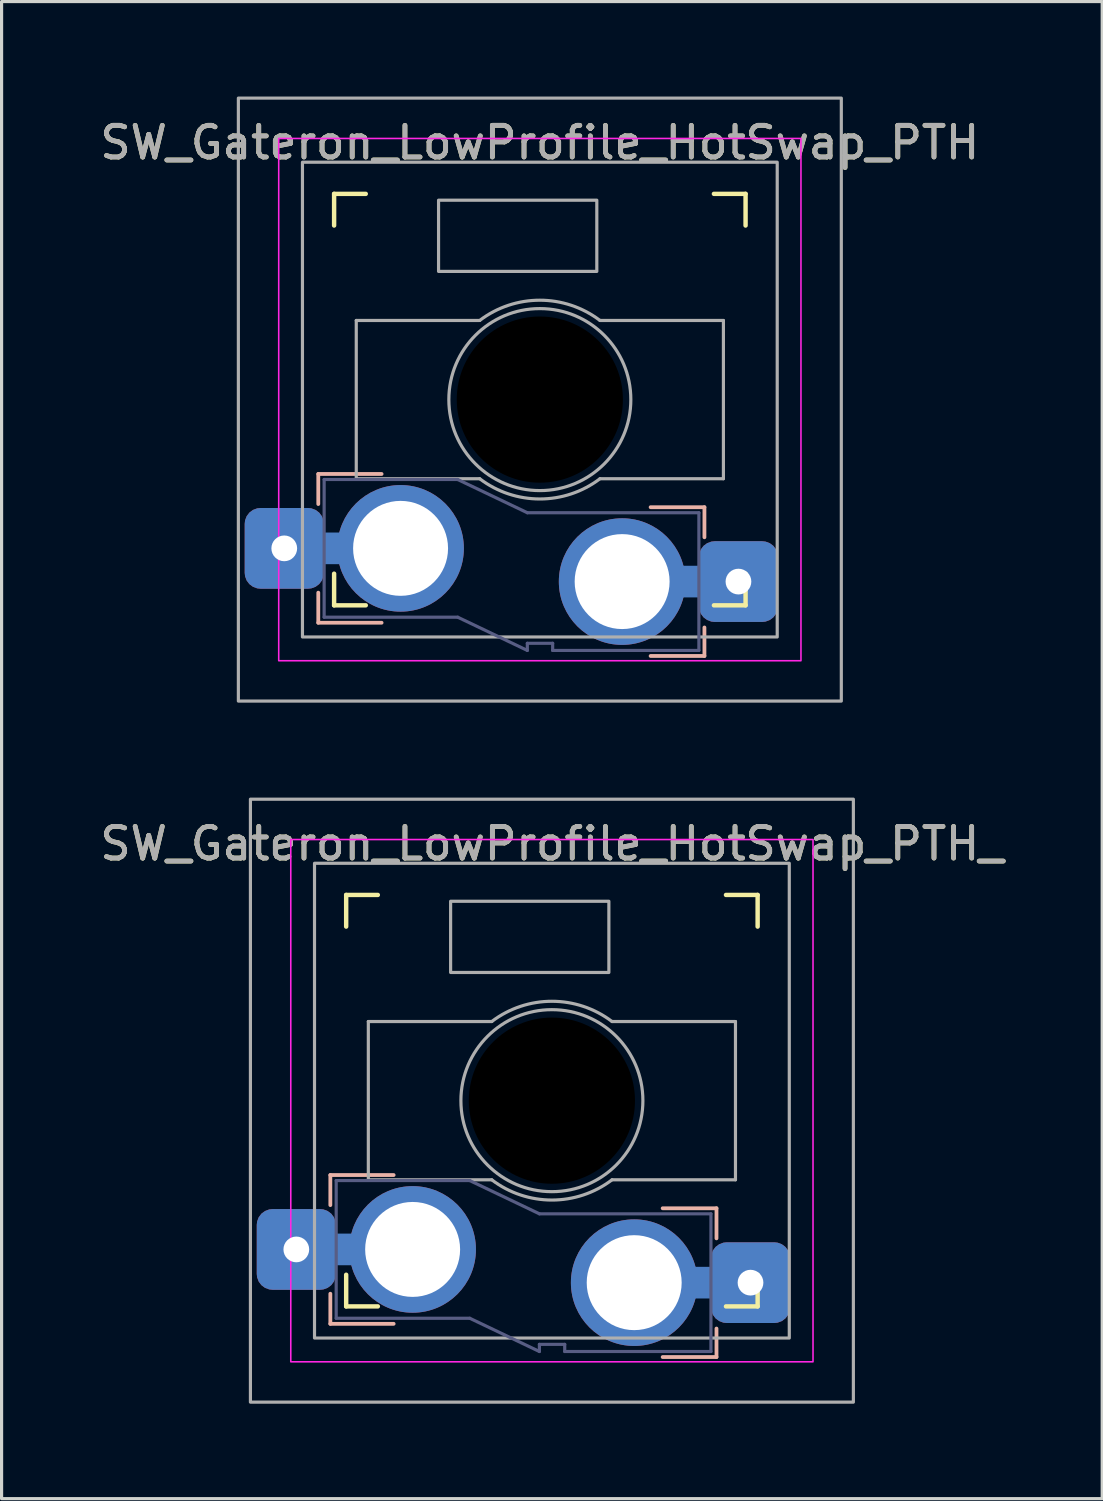
<source format=kicad_pcb>
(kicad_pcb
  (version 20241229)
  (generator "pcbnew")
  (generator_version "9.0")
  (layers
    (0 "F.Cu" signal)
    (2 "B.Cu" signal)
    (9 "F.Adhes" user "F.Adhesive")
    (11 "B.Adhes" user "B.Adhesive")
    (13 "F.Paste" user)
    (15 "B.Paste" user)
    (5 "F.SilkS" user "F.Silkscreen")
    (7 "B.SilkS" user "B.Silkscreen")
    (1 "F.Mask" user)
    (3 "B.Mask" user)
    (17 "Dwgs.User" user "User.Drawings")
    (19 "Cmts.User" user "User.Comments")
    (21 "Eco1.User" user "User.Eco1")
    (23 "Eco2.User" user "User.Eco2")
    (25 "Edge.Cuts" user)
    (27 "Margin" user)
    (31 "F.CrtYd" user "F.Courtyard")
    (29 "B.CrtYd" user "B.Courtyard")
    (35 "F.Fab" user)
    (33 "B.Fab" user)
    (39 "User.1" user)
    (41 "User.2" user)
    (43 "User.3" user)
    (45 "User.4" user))
  (footprint "SW_Gateron_LowProfile_HotSwap_PTH"
    (layer "F.Cu")
    (at 14.006 9.575)
    (property "Reference" "SW_Gateron_LowProfile_HotSwap_PTH" (at 0 -8.12 0) (unlocked yes) (layer "F.SilkS") (effects (font (size 1 1) (thickness 0.15))))
    (fp_line (start -6.5 -5.5) (end -6.5 -6.5) (stroke (width 0.14) (type solid)) (layer "F.SilkS"))
    (fp_line (start -6.5 6.5) (end -6.5 5.5) (stroke (width 0.14) (type solid)) (layer "F.SilkS"))
    (fp_line (start -6.5 6.5) (end -5.5 6.5) (stroke (width 0.14) (type solid)) (layer "F.SilkS"))
    (fp_line (start -5.5 -6.5) (end -6.5 -6.5) (stroke (width 0.14) (type solid)) (layer "F.SilkS"))
    (fp_line (start 5.5 6.5) (end 6.5 6.5) (stroke (width 0.14) (type solid)) (layer "F.SilkS"))
    (fp_line (start 6.5 -6.5) (end 5.5 -6.5) (stroke (width 0.14) (type solid)) (layer "F.SilkS"))
    (fp_line (start 6.5 -6.5) (end 6.5 -5.5) (stroke (width 0.14) (type solid)) (layer "F.SilkS"))
    (fp_line (start 6.5 5.5) (end 6.5 6.5) (stroke (width 0.14) (type solid)) (layer "F.SilkS"))
    (fp_line (start -7 2.35) (end -7 3.3) (stroke (width 0.12) (type solid)) (layer "B.SilkS"))
    (fp_line (start -7 2.35) (end -5 2.35) (stroke (width 0.12) (type solid)) (layer "B.SilkS"))
    (fp_line (start -7 7.05) (end -7 6.1) (stroke (width 0.12) (type solid)) (layer "B.SilkS"))
    (fp_line (start -7 7.05) (end -5 7.05) (stroke (width 0.12) (type solid)) (layer "B.SilkS"))
    (fp_line (start 5.2 3.4) (end 3.5 3.4) (stroke (width 0.12) (type solid)) (layer "B.SilkS"))
    (fp_line (start 5.2 3.4) (end 5.2 4.35) (stroke (width 0.12) (type solid)) (layer "B.SilkS"))
    (fp_line (start 5.2 8.1) (end 3.5 8.1) (stroke (width 0.12) (type solid)) (layer "B.SilkS"))
    (fp_line (start 5.2 8.1) (end 5.2 7.2) (stroke (width 0.12) (type solid)) (layer "B.SilkS"))
    (fp_poly (pts (xy 8.25 -8.25) (xy -8.25 -8.25) (xy -8.25 8.25) (xy 8.25 8.25)) (stroke (width 0.05) (type solid)) (fill no) (layer "F.CrtYd"))
    (fp_line (start -6.815 2.525) (end -6.815 6.875) (stroke (width 0.1) (type solid)) (layer "B.Fab"))
    (fp_line (start -6.815 2.525) (end -2.595 2.525) (stroke (width 0.1) (type solid)) (layer "B.Fab"))
    (fp_line (start -6.815 6.875) (end -2.595 6.875) (stroke (width 0.1) (type solid)) (layer "B.Fab"))
    (fp_line (start -2.595 2.525) (end -0.395 3.575) (stroke (width 0.1) (type solid)) (layer "B.Fab"))
    (fp_line (start -2.595 6.875) (end -0.395 7.925) (stroke (width 0.1) (type solid)) (layer "B.Fab"))
    (fp_line (start -0.395 7.7) (end -0.395 7.925) (stroke (width 0.1) (type solid)) (layer "B.Fab"))
    (fp_line (start 0.405 7.7) (end -0.395 7.7) (stroke (width 0.1) (type solid)) (layer "B.Fab"))
    (fp_line (start 0.405 7.925) (end 0.405 7.7) (stroke (width 0.1) (type solid)) (layer "B.Fab"))
    (fp_line (start 5.025 3.575) (end -0.395 3.575) (stroke (width 0.1) (type solid)) (layer "B.Fab"))
    (fp_line (start 5.025 3.575) (end 5.025 7.925) (stroke (width 0.1) (type solid)) (layer "B.Fab"))
    (fp_line (start 5.025 7.925) (end 0.405 7.925) (stroke (width 0.1) (type solid)) (layer "B.Fab"))
    (fp_line (start -5.8 2.5) (end -5.8 -2.5) (stroke (width 0.1) (type default)) (layer "F.Fab"))
    (fp_line (start -5.8 -2.5) (end -1.9 -2.5) (stroke (width 0.1) (type default)) (layer "F.Fab"))
    (fp_line (start -1.9 2.5) (end -5.8 2.5) (stroke (width 0.1) (type default)) (layer "F.Fab"))
    (fp_line (start 1.9 -2.5) (end 5.8 -2.5) (stroke (width 0.1) (type default)) (layer "F.Fab"))
    (fp_line (start 5.8 2.5) (end 1.9 2.5) (stroke (width 0.1) (type default)) (layer "F.Fab"))
    (fp_line (start 5.8 -2.5) (end 5.8 2.5) (stroke (width 0.1) (type default)) (layer "F.Fab"))
    (fp_arc (start -1.9 -2.499999) (mid 0 -3.140064) (end 1.9 -2.499999) (stroke (width 0.1) (type default)) (layer "F.Fab"))
    (fp_arc (start 1.9 2.499999) (mid 0 3.140064) (end -1.9 2.499999) (stroke (width 0.1) (type default)) (layer "F.Fab"))
    (fp_circle (center 0 0) (end 2.875 -0.000001) (stroke (width 0.1) (type default)) (fill no) (layer "F.Fab"))
    (fp_poly (pts (xy -3.2 -6.3) (xy 1.8 -6.3) (xy 1.8 -4.05) (xy -3.2 -4.05)) (stroke (width 0.1) (type default)) (fill no) (layer "F.Fab"))
    (fp_poly (pts (xy 7.5 -7.5) (xy -7.5 -7.5) (xy -7.5 7.5) (xy 7.5 7.5)) (stroke (width 0.1) (type solid)) (fill no) (layer "F.Fab"))
    (fp_poly (pts (xy 9.525 -9.525) (xy -9.525 -9.525) (xy -9.525 9.525) (xy 9.525 9.525)) (stroke (width 0.1) (type solid)) (fill no) (layer "F.Fab"))
    (fp_poly (pts (xy -2.05 -0.64) (xy -0.6 -0.64) (xy -0.6 -2) (xy 0.5 -2) (xy 0.5 -0.64) (xy 1.95 -0.64) (xy 1.95 0.64) (xy 0.5 0.64) (xy 0.5 2) (xy -0.6 2) (xy -0.6 0.64) (xy -2.05 0.64)) (stroke (width 0.1) (type solid)) (fill no) (layer "F.Fab"))
    (fp_text user "${REFERENCE}" (at 0 -8.12 0) (unlocked yes) (layer "F.Fab") (effects (font (size 1 1) (thickness 0.15))))
    (pad "" np_thru_hole circle (at 0 0) (size 5.25 5.25) (drill 5.25) (layers "*.Mask"))
    (pad "1" thru_hole roundrect (at -8.075 4.7) (size 2.5 2.55) (drill 0.813) (layers "*.Cu" "*.Mask") (roundrect_rratio 0.2))
    (pad "1" smd rect (at -6.35 4.7) (size 3.9 1) (layers "B.Cu"))
    (pad "1" thru_hole circle (at -4.4 4.7) (size 4 4) (drill 3) (layers "*.Cu" "B.Mask"))
    (pad "2" thru_hole circle (at 2.6 5.75) (size 4 4) (drill 3) (layers "*.Cu" "B.Mask"))
    (pad "2" smd rect (at 4.475 5.75) (size 3.75 1) (layers "B.Cu"))
    (pad "2" thru_hole roundrect (at 6.275 5.75) (size 2.5 2.55) (drill 0.813) (layers "*.Cu" "*.Mask") (roundrect_rratio 0.2)))
  (footprint "SW_Gateron_LowProfile_HotSwap_PTH_복사"
    (layer "F.Cu")
    (at 14.387 31.725)
    (property "Reference" "SW_Gateron_LowProfile_HotSwap_PTH_복사" (at 0 -8.12 0) (unlocked yes) (layer "F.SilkS") (effects (font (size 1 1) (thickness 0.15))))
    (fp_line (start -6.5 -5.5) (end -6.5 -6.5) (stroke (width 0.14) (type solid)) (layer "F.SilkS"))
    (fp_line (start -6.5 6.5) (end -6.5 5.5) (stroke (width 0.14) (type solid)) (layer "F.SilkS"))
    (fp_line (start -6.5 6.5) (end -5.5 6.5) (stroke (width 0.14) (type solid)) (layer "F.SilkS"))
    (fp_line (start -5.5 -6.5) (end -6.5 -6.5) (stroke (width 0.14) (type solid)) (layer "F.SilkS"))
    (fp_line (start 5.5 6.5) (end 6.5 6.5) (stroke (width 0.14) (type solid)) (layer "F.SilkS"))
    (fp_line (start 6.5 -6.5) (end 5.5 -6.5) (stroke (width 0.14) (type solid)) (layer "F.SilkS"))
    (fp_line (start 6.5 -6.5) (end 6.5 -5.5) (stroke (width 0.14) (type solid)) (layer "F.SilkS"))
    (fp_line (start 6.5 5.5) (end 6.5 6.5) (stroke (width 0.14) (type solid)) (layer "F.SilkS"))
    (fp_line (start -7 2.35) (end -7 3.3) (stroke (width 0.12) (type solid)) (layer "B.SilkS"))
    (fp_line (start -7 2.35) (end -5 2.35) (stroke (width 0.12) (type solid)) (layer "B.SilkS"))
    (fp_line (start -7 7.05) (end -7 6.1) (stroke (width 0.12) (type solid)) (layer "B.SilkS"))
    (fp_line (start -7 7.05) (end -5 7.05) (stroke (width 0.12) (type solid)) (layer "B.SilkS"))
    (fp_line (start 5.2 3.4) (end 3.5 3.4) (stroke (width 0.12) (type solid)) (layer "B.SilkS"))
    (fp_line (start 5.2 3.4) (end 5.2 4.35) (stroke (width 0.12) (type solid)) (layer "B.SilkS"))
    (fp_line (start 5.2 8.1) (end 3.5 8.1) (stroke (width 0.12) (type solid)) (layer "B.SilkS"))
    (fp_line (start 5.2 8.1) (end 5.2 7.2) (stroke (width 0.12) (type solid)) (layer "B.SilkS"))
    (fp_poly (pts (xy 8.25 -8.25) (xy -8.25 -8.25) (xy -8.25 8.25) (xy 8.25 8.25)) (stroke (width 0.05) (type solid)) (fill no) (layer "F.CrtYd"))
    (fp_line (start -6.815 2.525) (end -6.815 6.875) (stroke (width 0.1) (type solid)) (layer "B.Fab"))
    (fp_line (start -6.815 2.525) (end -2.595 2.525) (stroke (width 0.1) (type solid)) (layer "B.Fab"))
    (fp_line (start -6.815 6.875) (end -2.595 6.875) (stroke (width 0.1) (type solid)) (layer "B.Fab"))
    (fp_line (start -2.595 2.525) (end -0.395 3.575) (stroke (width 0.1) (type solid)) (layer "B.Fab"))
    (fp_line (start -2.595 6.875) (end -0.395 7.925) (stroke (width 0.1) (type solid)) (layer "B.Fab"))
    (fp_line (start -0.395 7.7) (end -0.395 7.925) (stroke (width 0.1) (type solid)) (layer "B.Fab"))
    (fp_line (start 0.405 7.7) (end -0.395 7.7) (stroke (width 0.1) (type solid)) (layer "B.Fab"))
    (fp_line (start 0.405 7.925) (end 0.405 7.7) (stroke (width 0.1) (type solid)) (layer "B.Fab"))
    (fp_line (start 5.025 3.575) (end -0.395 3.575) (stroke (width 0.1) (type solid)) (layer "B.Fab"))
    (fp_line (start 5.025 3.575) (end 5.025 7.925) (stroke (width 0.1) (type solid)) (layer "B.Fab"))
    (fp_line (start 5.025 7.925) (end 0.405 7.925) (stroke (width 0.1) (type solid)) (layer "B.Fab"))
    (fp_line (start -5.8 2.5) (end -5.8 -2.5) (stroke (width 0.1) (type default)) (layer "F.Fab"))
    (fp_line (start -5.8 -2.5) (end -1.9 -2.5) (stroke (width 0.1) (type default)) (layer "F.Fab"))
    (fp_line (start -1.9 2.5) (end -5.8 2.5) (stroke (width 0.1) (type default)) (layer "F.Fab"))
    (fp_line (start 1.9 -2.5) (end 5.8 -2.5) (stroke (width 0.1) (type default)) (layer "F.Fab"))
    (fp_line (start 5.8 2.5) (end 1.9 2.5) (stroke (width 0.1) (type default)) (layer "F.Fab"))
    (fp_line (start 5.8 -2.5) (end 5.8 2.5) (stroke (width 0.1) (type default)) (layer "F.Fab"))
    (fp_arc (start -1.9 -2.499999) (mid 0 -3.140064) (end 1.9 -2.499999) (stroke (width 0.1) (type default)) (layer "F.Fab"))
    (fp_arc (start 1.9 2.499999) (mid 0 3.140064) (end -1.9 2.499999) (stroke (width 0.1) (type default)) (layer "F.Fab"))
    (fp_circle (center 0 0) (end 2.875 -0.000001) (stroke (width 0.1) (type default)) (fill no) (layer "F.Fab"))
    (fp_poly (pts (xy -3.2 -6.3) (xy 1.8 -6.3) (xy 1.8 -4.05) (xy -3.2 -4.05)) (stroke (width 0.1) (type default)) (fill no) (layer "F.Fab"))
    (fp_poly (pts (xy 7.5 -7.5) (xy -7.5 -7.5) (xy -7.5 7.5) (xy 7.5 7.5)) (stroke (width 0.1) (type solid)) (fill no) (layer "F.Fab"))
    (fp_poly (pts (xy 9.525 -9.525) (xy -9.525 -9.525) (xy -9.525 9.525) (xy 9.525 9.525)) (stroke (width 0.1) (type solid)) (fill no) (layer "F.Fab"))
    (fp_poly (pts (xy -2.05 -0.64) (xy -0.6 -0.64) (xy -0.6 -2) (xy 0.5 -2) (xy 0.5 -0.64) (xy 1.95 -0.64) (xy 1.95 0.64) (xy 0.5 0.64) (xy 0.5 2) (xy -0.6 2) (xy -0.6 0.64) (xy -2.05 0.64)) (stroke (width 0.1) (type solid)) (fill no) (layer "F.Fab"))
    (fp_rect (start -9.35 2.45) (end 7.65 8.05) (stroke (width 0.1) (type default)) (fill no) (layer "User.1"))
    (fp_text user "${REFERENCE}" (at 0 -8.12 0) (unlocked yes) (layer "F.Fab") (effects (font (size 1 1) (thickness 0.15))))
    (pad "" np_thru_hole circle (at 0 0) (size 5.25 5.25) (drill 5.25) (layers "*.Mask"))
    (pad "1" thru_hole roundrect (at -8.075 4.7) (size 2.5 2.55) (drill 0.813) (layers "*.Cu" "*.Mask") (roundrect_rratio 0.2))
    (pad "1" smd rect (at -6.35 4.7) (size 3.9 1) (layers "B.Cu"))
    (pad "1" thru_hole circle (at -4.4 4.7) (size 4 4) (drill 3) (layers "*.Cu" "B.Mask"))
    (pad "2" thru_hole circle (at 2.6 5.75) (size 4 4) (drill 3) (layers "*.Cu" "B.Mask"))
    (pad "2" smd rect (at 4.475 5.75) (size 3.75 1) (layers "B.Cu"))
    (pad "2" thru_hole roundrect (at 6.275 5.75) (size 2.5 2.55) (drill 0.813) (layers "*.Cu" "*.Mask") (roundrect_rratio 0.2)))
  (gr_rect
    (start -3 -3)
    (end 31.774 44.3)
    (stroke (width 0.1) (type default))
    (fill no)
    (layer "Edge.Cuts")))
</source>
